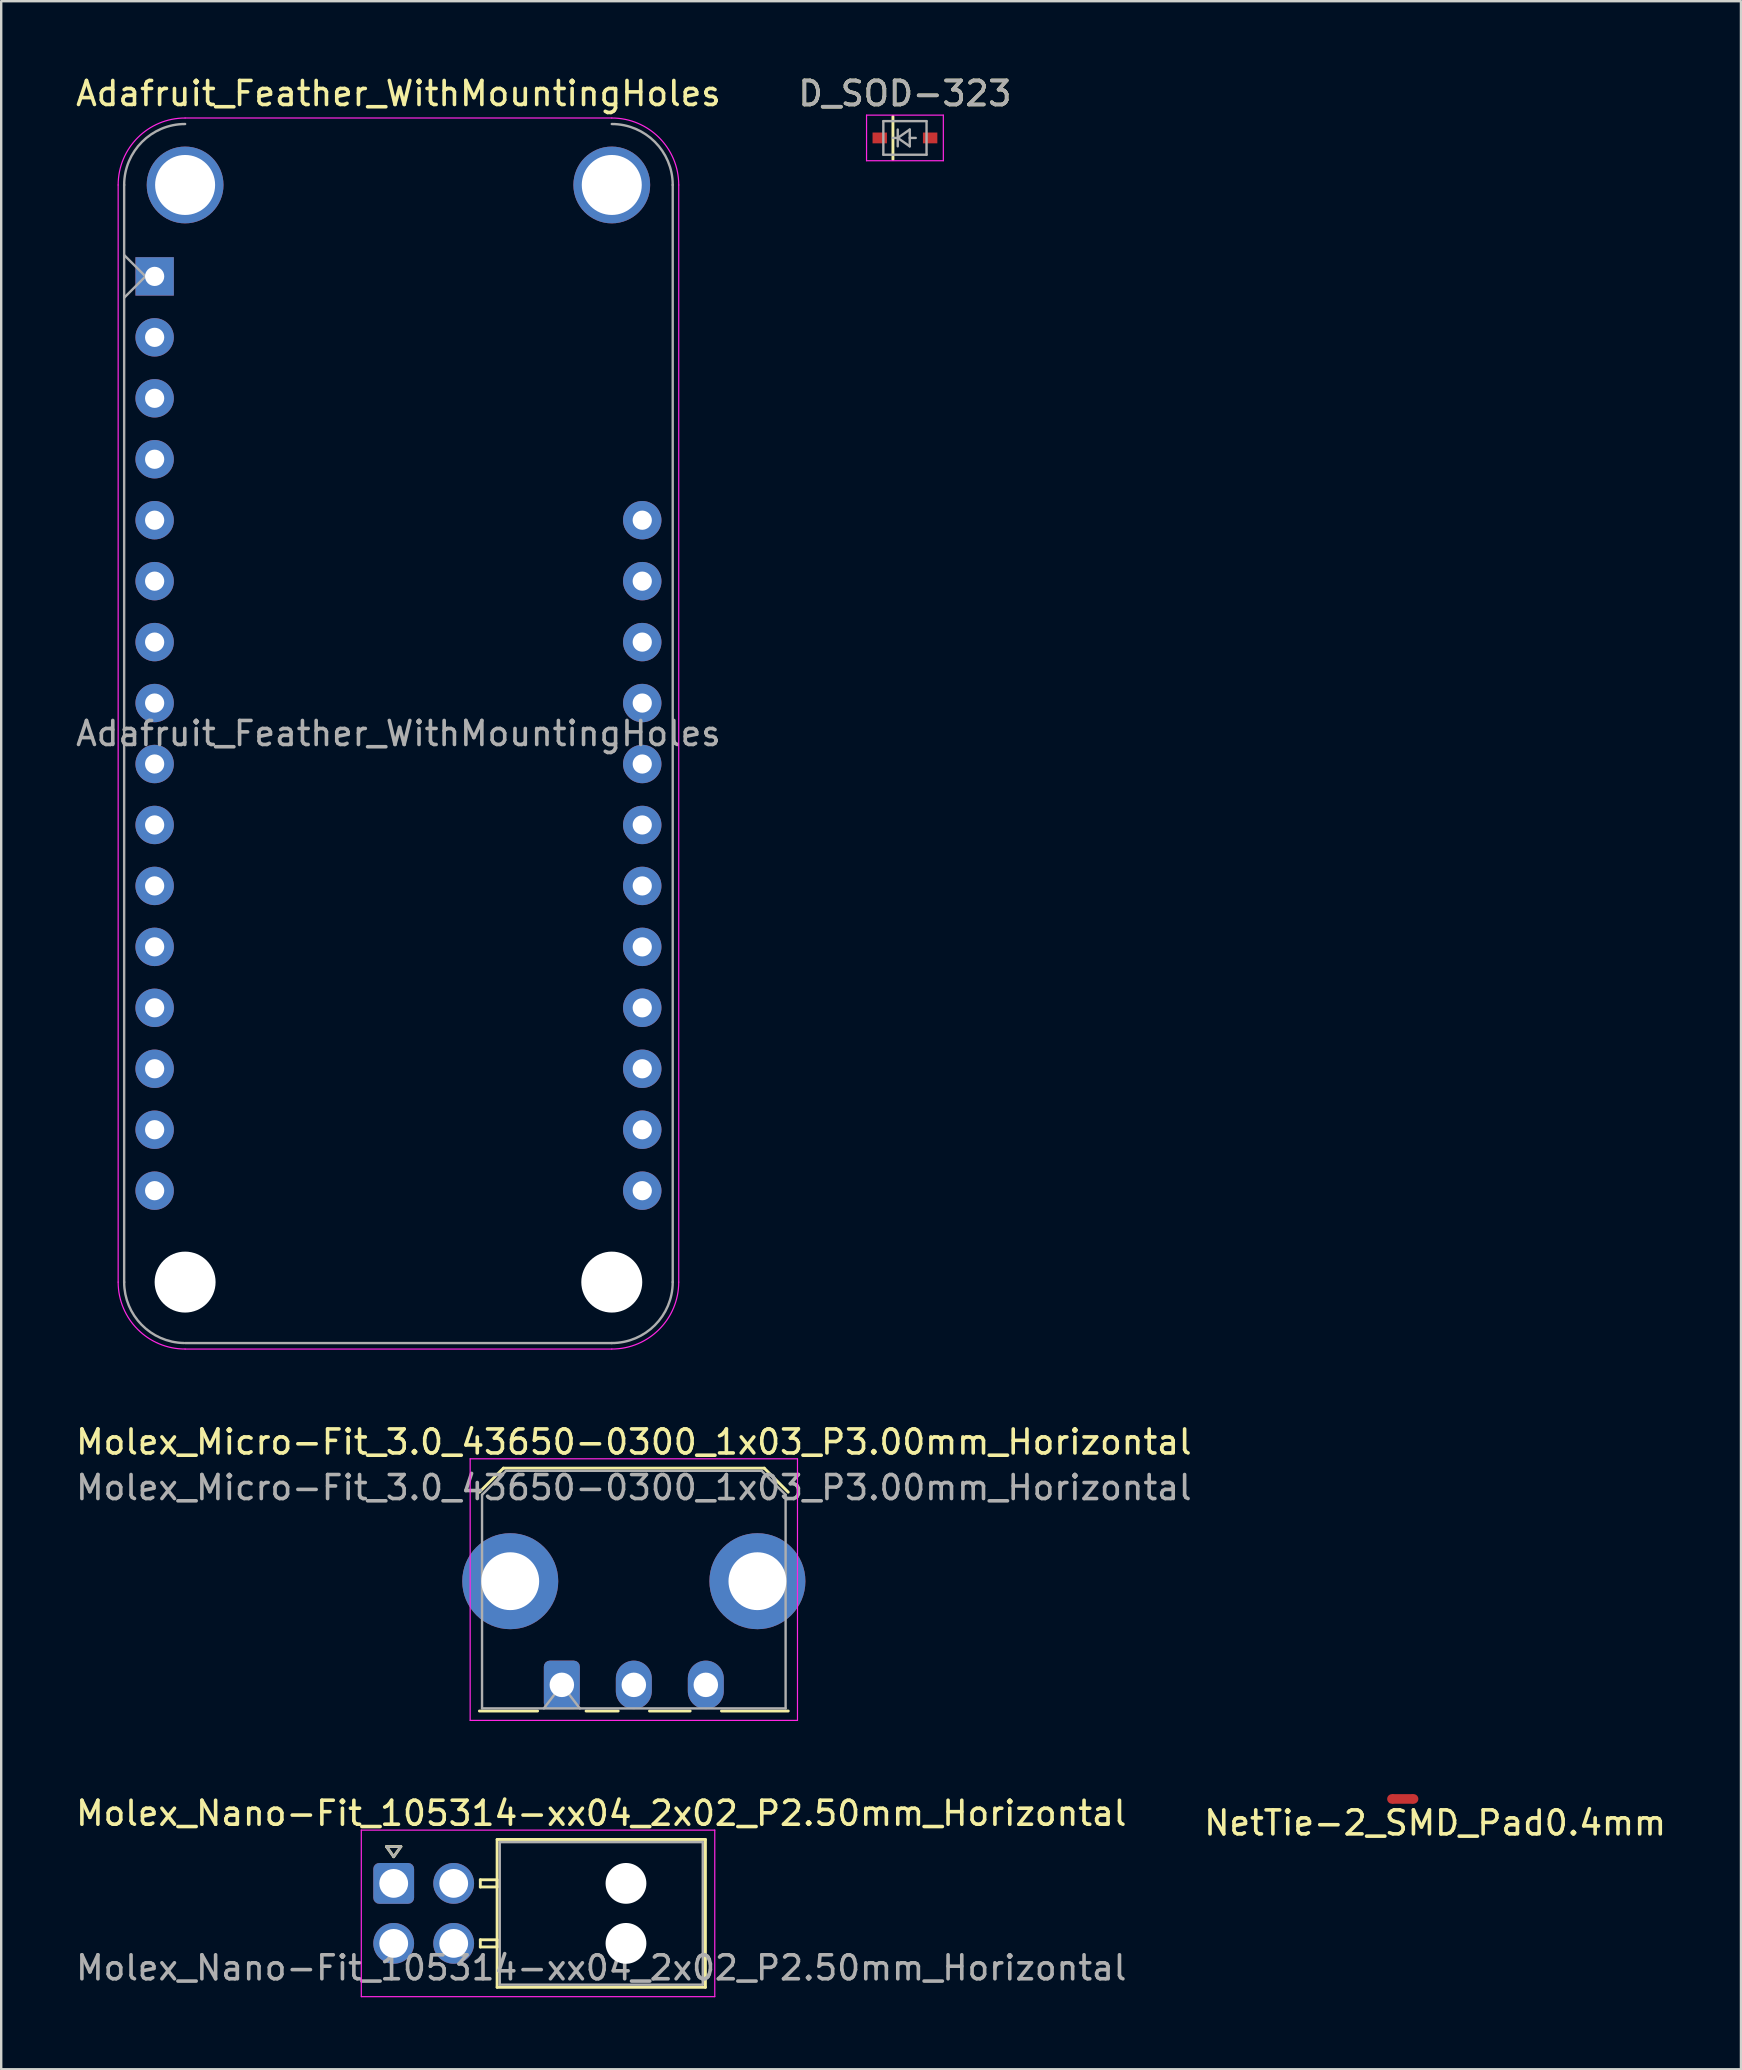
<source format=kicad_pcb>
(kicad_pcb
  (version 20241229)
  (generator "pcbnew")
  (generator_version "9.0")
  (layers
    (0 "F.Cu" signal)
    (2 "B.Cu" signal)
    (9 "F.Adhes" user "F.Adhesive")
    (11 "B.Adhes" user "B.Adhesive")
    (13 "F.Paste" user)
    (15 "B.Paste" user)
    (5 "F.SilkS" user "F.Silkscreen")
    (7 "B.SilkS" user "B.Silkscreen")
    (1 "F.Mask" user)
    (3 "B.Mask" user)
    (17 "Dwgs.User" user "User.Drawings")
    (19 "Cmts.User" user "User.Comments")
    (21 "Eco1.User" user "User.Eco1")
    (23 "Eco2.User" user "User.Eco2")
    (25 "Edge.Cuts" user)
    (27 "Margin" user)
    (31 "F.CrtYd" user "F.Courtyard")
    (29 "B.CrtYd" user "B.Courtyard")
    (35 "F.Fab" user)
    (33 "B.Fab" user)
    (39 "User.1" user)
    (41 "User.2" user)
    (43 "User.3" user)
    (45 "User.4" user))
  (footprint "Molex_Nano-Fit_105314-xx04_2x02_P2.50mm_Horizontal"
    (layer "F.Cu")
    (at 13.356 75.435)
    (property "Reference" "Molex_Nano-Fit_105314-xx04_2x02_P2.50mm_Horizontal" (at 8.65 -2.92 0) (layer "F.SilkS") (effects (font (size 1 1) (thickness 0.15))))
    (attr through_hole)
    (fp_line (start -0.3 -1.534) (end 0 -1.11) (stroke (width 0.12) (type solid)) (layer "F.SilkS"))
    (fp_line (start 0 -1.11) (end 0.3 -1.534) (stroke (width 0.12) (type solid)) (layer "F.SilkS"))
    (fp_line (start 0.3 -1.534) (end -0.3 -1.534) (stroke (width 0.12) (type solid)) (layer "F.SilkS"))
    (fp_line (start 3.61 -0.15) (end 3.61 0.15) (stroke (width 0.12) (type solid)) (layer "F.SilkS"))
    (fp_line (start 3.61 0.15) (end 4.31 0.15) (stroke (width 0.12) (type solid)) (layer "F.SilkS"))
    (fp_line (start 3.61 2.35) (end 3.61 2.65) (stroke (width 0.12) (type solid)) (layer "F.SilkS"))
    (fp_line (start 3.61 2.65) (end 4.31 2.65) (stroke (width 0.12) (type solid)) (layer "F.SilkS"))
    (fp_line (start 4.31 -1.83) (end 4.31 4.33) (stroke (width 0.12) (type solid)) (layer "F.SilkS"))
    (fp_line (start 4.31 -0.15) (end 3.61 -0.15) (stroke (width 0.12) (type solid)) (layer "F.SilkS"))
    (fp_line (start 4.31 0.15) (end 4.31 -0.15) (stroke (width 0.12) (type solid)) (layer "F.SilkS"))
    (fp_line (start 4.31 2.35) (end 3.61 2.35) (stroke (width 0.12) (type solid)) (layer "F.SilkS"))
    (fp_line (start 4.31 2.65) (end 4.31 2.35) (stroke (width 0.12) (type solid)) (layer "F.SilkS"))
    (fp_line (start 4.31 4.33) (end 12.99 4.33) (stroke (width 0.12) (type solid)) (layer "F.SilkS"))
    (fp_line (start 12.99 -1.83) (end 4.31 -1.83) (stroke (width 0.12) (type solid)) (layer "F.SilkS"))
    (fp_line (start 12.99 4.33) (end 12.99 -1.83) (stroke (width 0.12) (type solid)) (layer "F.SilkS"))
    (fp_line (start -1.35 -2.22) (end -1.35 4.72) (stroke (width 0.05) (type solid)) (layer "F.CrtYd"))
    (fp_line (start -1.35 4.72) (end 13.38 4.72) (stroke (width 0.05) (type solid)) (layer "F.CrtYd"))
    (fp_line (start 13.38 -2.22) (end -1.35 -2.22) (stroke (width 0.05) (type solid)) (layer "F.CrtYd"))
    (fp_line (start 13.38 4.72) (end 13.38 -2.22) (stroke (width 0.05) (type solid)) (layer "F.CrtYd"))
    (fp_line (start -0.3 -1.534) (end 0 -1.11) (stroke (width 0.1) (type solid)) (layer "F.Fab"))
    (fp_line (start 0 -1.11) (end 0.3 -1.534) (stroke (width 0.1) (type solid)) (layer "F.Fab"))
    (fp_line (start 0.3 -1.534) (end -0.3 -1.534) (stroke (width 0.1) (type solid)) (layer "F.Fab"))
    (fp_line (start 4.42 -1.72) (end 4.42 4.22) (stroke (width 0.1) (type solid)) (layer "F.Fab"))
    (fp_line (start 4.42 4.22) (end 12.88 4.22) (stroke (width 0.1) (type solid)) (layer "F.Fab"))
    (fp_line (start 12.88 -1.72) (end 4.42 -1.72) (stroke (width 0.1) (type solid)) (layer "F.Fab"))
    (fp_line (start 12.88 4.22) (end 12.88 -1.72) (stroke (width 0.1) (type solid)) (layer "F.Fab"))
    (fp_text user "${REFERENCE}" (at 8.65 3.52 0) (layer "F.Fab") (effects (font (size 1 1) (thickness 0.15))))
    (pad "" np_thru_hole circle (at 9.68 0) (size 1.7 1.7) (drill 1.7) (layers "*.Cu" "*.Mask"))
    (pad "" np_thru_hole circle (at 9.68 2.5) (size 1.7 1.7) (drill 1.7) (layers "*.Cu" "*.Mask"))
    (pad "1" thru_hole roundrect (at 0 0) (size 1.7 1.7) (drill 1.2) (layers "*.Cu" "*.Mask") (roundrect_rratio 0.147))
    (pad "2" thru_hole circle (at 0 2.5) (size 1.7 1.7) (drill 1.2) (layers "*.Cu" "*.Mask"))
    (pad "3" thru_hole circle (at 2.5 0) (size 1.7 1.7) (drill 1.2) (layers "*.Cu" "*.Mask"))
    (pad "4" thru_hole circle (at 2.5 2.5) (size 1.7 1.7) (drill 1.2) (layers "*.Cu" "*.Mask")))
  (footprint "D_SOD-323"
    (layer "F.Cu")
    (at 34.661 2.698)
    (property "Reference" "D_SOD-323" (at 0 -1.85 0) (layer "F.SilkS") (effects (font (size 1 1) (thickness 0.15))))
    (attr smd)
    (fp_line (start -0.5 -0.9) (end -0.5 0.9) (stroke (width 0.12) (type solid)) (layer "F.SilkS"))
    (fp_line (start -1.6 -0.95) (end -1.6 0.95) (stroke (width 0.05) (type solid)) (layer "F.CrtYd"))
    (fp_line (start -1.6 -0.95) (end 1.6 -0.95) (stroke (width 0.05) (type solid)) (layer "F.CrtYd"))
    (fp_line (start -1.6 0.95) (end 1.6 0.95) (stroke (width 0.05) (type solid)) (layer "F.CrtYd"))
    (fp_line (start 1.6 -0.95) (end 1.6 0.95) (stroke (width 0.05) (type solid)) (layer "F.CrtYd"))
    (fp_line (start -0.9 -0.7) (end 0.9 -0.7) (stroke (width 0.1) (type solid)) (layer "F.Fab"))
    (fp_line (start -0.9 0.7) (end -0.9 -0.7) (stroke (width 0.1) (type solid)) (layer "F.Fab"))
    (fp_line (start -0.3 -0.35) (end -0.3 0.35) (stroke (width 0.1) (type solid)) (layer "F.Fab"))
    (fp_line (start -0.3 0) (end -0.5 0) (stroke (width 0.1) (type solid)) (layer "F.Fab"))
    (fp_line (start -0.3 0) (end 0.2 -0.35) (stroke (width 0.1) (type solid)) (layer "F.Fab"))
    (fp_line (start 0.2 -0.35) (end 0.2 0.35) (stroke (width 0.1) (type solid)) (layer "F.Fab"))
    (fp_line (start 0.2 0) (end 0.45 0) (stroke (width 0.1) (type solid)) (layer "F.Fab"))
    (fp_line (start 0.2 0.35) (end -0.3 0) (stroke (width 0.1) (type solid)) (layer "F.Fab"))
    (fp_line (start 0.9 -0.7) (end 0.9 0.7) (stroke (width 0.1) (type solid)) (layer "F.Fab"))
    (fp_line (start 0.9 0.7) (end -0.9 0.7) (stroke (width 0.1) (type solid)) (layer "F.Fab"))
    (fp_text user "${REFERENCE}" (at 0 -1.85 0) (layer "F.Fab") (effects (font (size 1 1) (thickness 0.15))))
    (pad "1" smd rect (at -1.05 0) (size 0.6 0.45) (layers "F.Cu" "F.Mask" "F.Paste"))
    (pad "2" smd rect (at 1.05 0) (size 0.6 0.45) (layers "F.Cu" "F.Mask" "F.Paste")))
  (footprint "Adafruit_Feather_WithMountingHoles"
    (layer "F.Cu")
    (at 3.394 8.468)
    (property "Reference" "Adafruit_Feather_WithMountingHoles" (at 10.16 -7.62 0) (layer "F.SilkS") (effects (font (size 1 1) (thickness 0.15))))
    (attr through_hole)
    (fp_line (start -1.52 41.91) (end -1.52 -3.81) (stroke (width 0.05) (type solid)) (layer "F.CrtYd"))
    (fp_line (start 19.05 -6.6) (end 1.27 -6.6) (stroke (width 0.05) (type solid)) (layer "F.CrtYd"))
    (fp_line (start 19.05 44.7) (end 1.27 44.7) (stroke (width 0.05) (type solid)) (layer "F.CrtYd"))
    (fp_line (start 21.84 41.91) (end 21.84 -3.81) (stroke (width 0.05) (type solid)) (layer "F.CrtYd"))
    (fp_arc (start -1.52 -3.81) (mid -0.702828 -5.782828) (end 1.27 -6.6) (stroke (width 0.05) (type solid)) (layer "F.CrtYd"))
    (fp_arc (start 1.27 44.7) (mid -0.702828 43.882828) (end -1.52 41.91) (stroke (width 0.05) (type solid)) (layer "F.CrtYd"))
    (fp_arc (start 19.05 -6.6) (mid 21.022828 -5.782828) (end 21.84 -3.81) (stroke (width 0.05) (type solid)) (layer "F.CrtYd"))
    (fp_arc (start 21.84 41.91) (mid 21.022828 43.882828) (end 19.05 44.7) (stroke (width 0.05) (type solid)) (layer "F.CrtYd"))
    (fp_line (start -1.27 -3.81) (end -1.27 41.91) (stroke (width 0.1) (type solid)) (layer "F.Fab"))
    (fp_line (start -1.27 -0.889) (end -0.381 0) (stroke (width 0.1) (type solid)) (layer "F.Fab"))
    (fp_line (start -0.381 0) (end -1.27 0.889) (stroke (width 0.1) (type solid)) (layer "F.Fab"))
    (fp_line (start 1.27 44.45) (end 19.05 44.45) (stroke (width 0.1) (type solid)) (layer "F.Fab"))
    (fp_line (start 21.59 41.91) (end 21.59 -3.81) (stroke (width 0.1) (type solid)) (layer "F.Fab"))
    (fp_arc (start -1.27 -3.81) (mid -0.526051 -5.606051) (end 1.27 -6.35) (stroke (width 0.1) (type solid)) (layer "F.Fab"))
    (fp_arc (start 1.221238 44.449532) (mid -0.543209 43.688728) (end -1.27 41.91) (stroke (width 0.1) (type solid)) (layer "F.Fab"))
    (fp_arc (start 19.05 -6.35) (mid 20.846051 -5.606051) (end 21.59 -3.81) (stroke (width 0.1) (type solid)) (layer "F.Fab"))
    (fp_arc (start 21.59 41.91) (mid 20.846051 43.706051) (end 19.05 44.45) (stroke (width 0.1) (type solid)) (layer "F.Fab"))
    (fp_text user "${REFERENCE}" (at 10.16 19.05 180) (layer "F.Fab") (effects (font (size 1 1) (thickness 0.15))))
    (pad "" np_thru_hole circle (at 1.27 -3.81 270) (size 3.2 3.2) (drill 2.5) (layers "*.Cu" "*.Mask"))
    (pad "" np_thru_hole circle (at 1.27 41.91 270) (size 2.54 2.54) (drill 2.54) (layers "*.Cu" "*.Mask"))
    (pad "" np_thru_hole circle (at 19.05 -3.81 270) (size 3.2 3.2) (drill 2.5) (layers "*.Cu" "*.Mask"))
    (pad "" np_thru_hole circle (at 19.05 41.91 270) (size 2.54 2.54) (drill 2.54) (layers "*.Cu" "*.Mask"))
    (pad "1" thru_hole rect (at 0 0 180) (size 1.6 1.6) (drill 0.8) (layers "*.Cu" "*.Mask"))
    (pad "2" thru_hole circle (at 0 2.54 180) (size 1.6 1.6) (drill 0.8) (layers "*.Cu" "*.Mask"))
    (pad "3" thru_hole circle (at 0 5.08 180) (size 1.6 1.6) (drill 0.8) (layers "*.Cu" "*.Mask"))
    (pad "4" thru_hole circle (at 0 7.62 180) (size 1.6 1.6) (drill 0.8) (layers "*.Cu" "*.Mask"))
    (pad "5" thru_hole circle (at 0 10.16 180) (size 1.6 1.6) (drill 0.8) (layers "*.Cu" "*.Mask"))
    (pad "6" thru_hole circle (at 0 12.7 180) (size 1.6 1.6) (drill 0.8) (layers "*.Cu" "*.Mask"))
    (pad "7" thru_hole circle (at 0 15.24 180) (size 1.6 1.6) (drill 0.8) (layers "*.Cu" "*.Mask"))
    (pad "8" thru_hole circle (at 0 17.78 180) (size 1.6 1.6) (drill 0.8) (layers "*.Cu" "*.Mask"))
    (pad "9" thru_hole circle (at 0 20.32 180) (size 1.6 1.6) (drill 0.8) (layers "*.Cu" "*.Mask"))
    (pad "10" thru_hole circle (at 0 22.86 180) (size 1.6 1.6) (drill 0.8) (layers "*.Cu" "*.Mask"))
    (pad "11" thru_hole circle (at 0 25.4 180) (size 1.6 1.6) (drill 0.8) (layers "*.Cu" "*.Mask"))
    (pad "12" thru_hole circle (at 0 27.94 180) (size 1.6 1.6) (drill 0.8) (layers "*.Cu" "*.Mask"))
    (pad "13" thru_hole circle (at 0 30.48 180) (size 1.6 1.6) (drill 0.8) (layers "*.Cu" "*.Mask"))
    (pad "14" thru_hole circle (at 0 33.02 180) (size 1.6 1.6) (drill 0.8) (layers "*.Cu" "*.Mask"))
    (pad "15" thru_hole circle (at 0 35.56 180) (size 1.6 1.6) (drill 0.8) (layers "*.Cu" "*.Mask"))
    (pad "16" thru_hole circle (at 0 38.1 180) (size 1.6 1.6) (drill 0.8) (layers "*.Cu" "*.Mask"))
    (pad "17" thru_hole circle (at 20.32 38.1 180) (size 1.6 1.6) (drill 0.8) (layers "*.Cu" "*.Mask"))
    (pad "18" thru_hole circle (at 20.32 35.56 180) (size 1.6 1.6) (drill 0.8) (layers "*.Cu" "*.Mask"))
    (pad "19" thru_hole circle (at 20.32 33.02 180) (size 1.6 1.6) (drill 0.8) (layers "*.Cu" "*.Mask"))
    (pad "20" thru_hole circle (at 20.32 30.48 180) (size 1.6 1.6) (drill 0.8) (layers "*.Cu" "*.Mask"))
    (pad "21" thru_hole circle (at 20.32 27.94 180) (size 1.6 1.6) (drill 0.8) (layers "*.Cu" "*.Mask"))
    (pad "22" thru_hole circle (at 20.32 25.4 180) (size 1.6 1.6) (drill 0.8) (layers "*.Cu" "*.Mask"))
    (pad "23" thru_hole circle (at 20.32 22.86 180) (size 1.6 1.6) (drill 0.8) (layers "*.Cu" "*.Mask"))
    (pad "24" thru_hole circle (at 20.32 20.32 180) (size 1.6 1.6) (drill 0.8) (layers "*.Cu" "*.Mask"))
    (pad "25" thru_hole circle (at 20.32 17.78 180) (size 1.6 1.6) (drill 0.8) (layers "*.Cu" "*.Mask"))
    (pad "26" thru_hole circle (at 20.32 15.24 180) (size 1.6 1.6) (drill 0.8) (layers "*.Cu" "*.Mask"))
    (pad "27" thru_hole circle (at 20.32 12.7 180) (size 1.6 1.6) (drill 0.8) (layers "*.Cu" "*.Mask"))
    (pad "28" thru_hole circle (at 20.32 10.16 180) (size 1.6 1.6) (drill 0.8) (layers "*.Cu" "*.Mask")))
  (footprint "Molex_Micro-Fit_3.0_43650-0300_1x03_P3.00mm_Horizontal"
    (layer "F.Cu")
    (at 20.363 67.162)
    (property "Reference" "Molex_Micro-Fit_3.0_43650-0300_1x03_P3.00mm_Horizontal" (at 3 -10.12 0) (layer "F.SilkS") (effects (font (size 1 1) (thickness 0.15))))
    (attr through_hole)
    (fp_line (start -3.435 -8.03) (end -2.435 -9.03) (stroke (width 0.12) (type solid)) (layer "F.SilkS"))
    (fp_line (start -3.435 1.09) (end -1.01 1.09) (stroke (width 0.12) (type solid)) (layer "F.SilkS"))
    (fp_line (start -2.435 -9.03) (end 8.435 -9.03) (stroke (width 0.12) (type solid)) (layer "F.SilkS"))
    (fp_line (start 1.01 1.09) (end 2.348 1.09) (stroke (width 0.12) (type solid)) (layer "F.SilkS"))
    (fp_line (start 3.652 1.09) (end 5.348 1.09) (stroke (width 0.12) (type solid)) (layer "F.SilkS"))
    (fp_line (start 8.435 -9.03) (end 9.435 -8.03) (stroke (width 0.12) (type solid)) (layer "F.SilkS"))
    (fp_line (start 9.435 1.09) (end 6.652 1.09) (stroke (width 0.12) (type solid)) (layer "F.SilkS"))
    (fp_line (start -3.82 -9.42) (end 9.82 -9.42) (stroke (width 0.05) (type solid)) (layer "F.CrtYd"))
    (fp_line (start -3.82 1.48) (end -3.82 -9.42) (stroke (width 0.05) (type solid)) (layer "F.CrtYd"))
    (fp_line (start 9.82 -9.42) (end 9.82 1.48) (stroke (width 0.05) (type solid)) (layer "F.CrtYd"))
    (fp_line (start 9.82 1.48) (end -3.82 1.48) (stroke (width 0.05) (type solid)) (layer "F.CrtYd"))
    (fp_line (start -3.325 -7.92) (end -2.325 -8.92) (stroke (width 0.1) (type solid)) (layer "F.Fab"))
    (fp_line (start -3.325 0.98) (end -3.325 -7.92) (stroke (width 0.1) (type solid)) (layer "F.Fab"))
    (fp_line (start -2.325 -8.92) (end 8.325 -8.92) (stroke (width 0.1) (type solid)) (layer "F.Fab"))
    (fp_line (start -0.75 0.98) (end 0 0) (stroke (width 0.1) (type solid)) (layer "F.Fab"))
    (fp_line (start 0 0) (end 0.75 0.98) (stroke (width 0.1) (type solid)) (layer "F.Fab"))
    (fp_line (start 8.325 -8.92) (end 9.325 -7.92) (stroke (width 0.1) (type solid)) (layer "F.Fab"))
    (fp_line (start 9.325 -7.92) (end 9.325 0.98) (stroke (width 0.1) (type solid)) (layer "F.Fab"))
    (fp_line (start 9.325 0.98) (end -3.325 0.98) (stroke (width 0.1) (type solid)) (layer "F.Fab"))
    (fp_text user "${REFERENCE}" (at 3 -8.22 0) (layer "F.Fab") (effects (font (size 1 1) (thickness 0.15))))
    (pad "" thru_hole circle (at -2.15 -4.32) (size 4 4) (drill 2.41) (layers "*.Cu" "*.Mask"))
    (pad "" thru_hole circle (at 8.15 -4.32) (size 4 4) (drill 2.41) (layers "*.Cu" "*.Mask"))
    (pad "1" thru_hole roundrect (at 0 0) (size 1.5 2.02) (drill 1.02) (layers "*.Cu" "*.Mask") (roundrect_rratio 0.167))
    (pad "2" thru_hole oval (at 3 0) (size 1.5 2.02) (drill 1.02) (layers "*.Cu" "*.Mask"))
    (pad "3" thru_hole oval (at 6 0) (size 1.5 2.02) (drill 1.02) (layers "*.Cu" "*.Mask")))
  (footprint "NetTie-2_SMD_Pad0.4mm"
    (layer "F.Cu")
    (at 55.456 71.916)
    (property "Reference" "NetTie-2_SMD_Pad0.4mm" (at 1.3 1 0) (layer "F.SilkS") (effects (font (size 1 1) (thickness 0.15))))
    (attr exclude_from_pos_files exclude_from_bom)
    (fp_poly (pts (xy -0.5 -0.2) (xy 0.4 -0.2) (xy 0.4 0.2) (xy -0.5 0.2)) (stroke (width 0) (type solid)) (fill yes) (layer "F.Cu"))
    (pad "1" smd circle (at -0.5 0) (size 0.4 0.4) (layers "F.Cu"))
    (pad "2" smd circle (at 0.4 0) (size 0.4 0.4) (layers "F.Cu")))
  (gr_rect
    (start -3 -3)
    (end 69.5 83.18)
    (stroke (width 0.1) (type default))
    (fill no)
    (layer "Edge.Cuts")))
</source>
